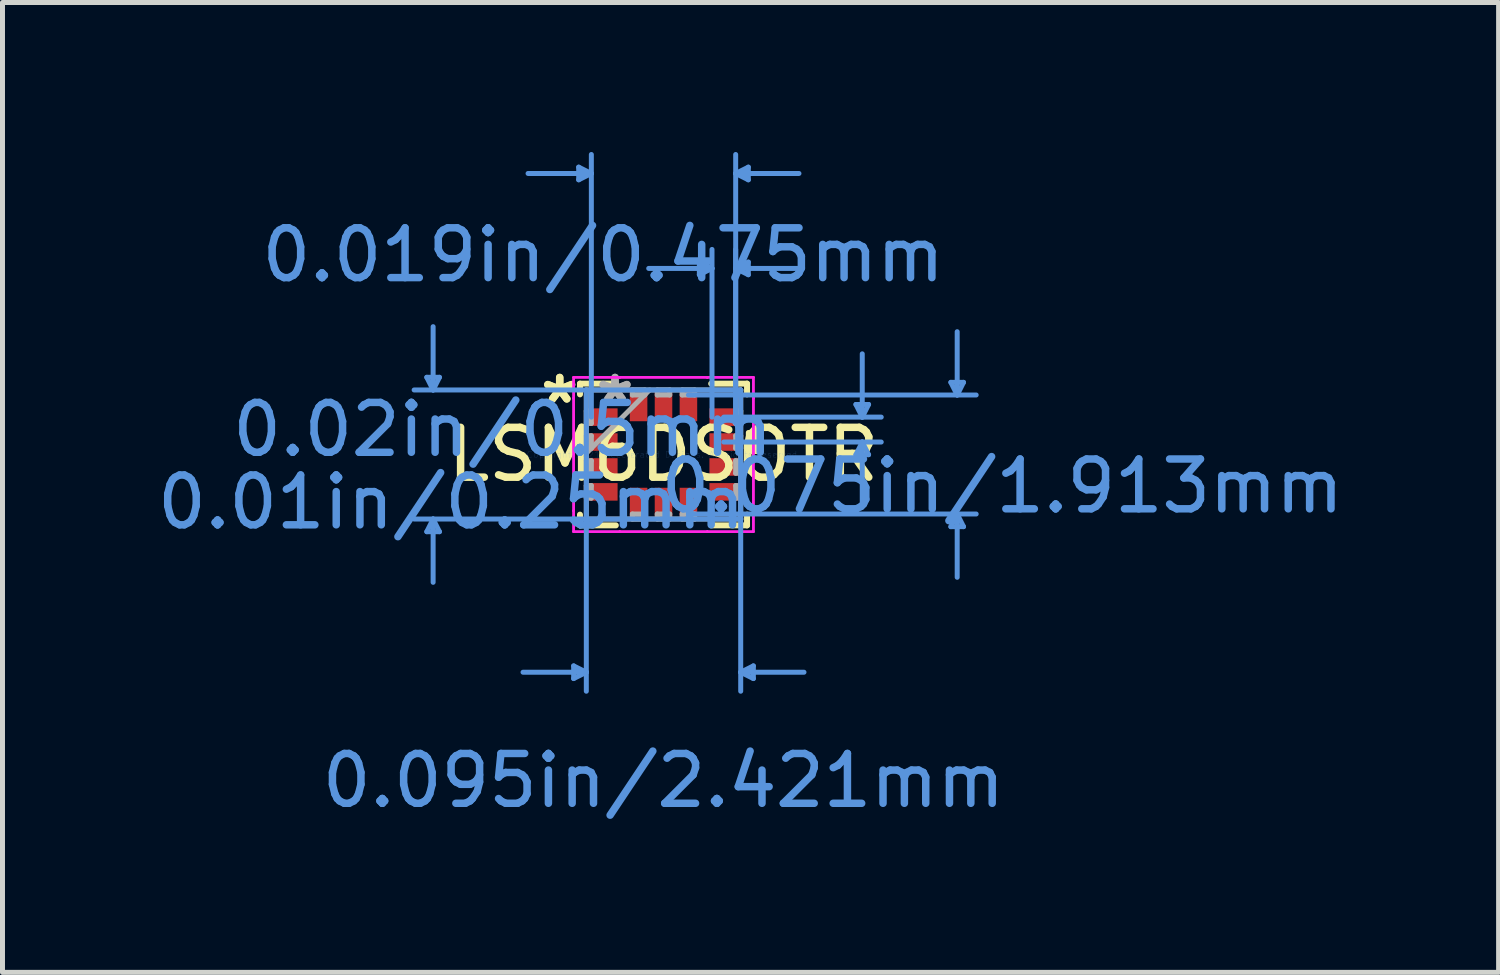
<source format=kicad_pcb>
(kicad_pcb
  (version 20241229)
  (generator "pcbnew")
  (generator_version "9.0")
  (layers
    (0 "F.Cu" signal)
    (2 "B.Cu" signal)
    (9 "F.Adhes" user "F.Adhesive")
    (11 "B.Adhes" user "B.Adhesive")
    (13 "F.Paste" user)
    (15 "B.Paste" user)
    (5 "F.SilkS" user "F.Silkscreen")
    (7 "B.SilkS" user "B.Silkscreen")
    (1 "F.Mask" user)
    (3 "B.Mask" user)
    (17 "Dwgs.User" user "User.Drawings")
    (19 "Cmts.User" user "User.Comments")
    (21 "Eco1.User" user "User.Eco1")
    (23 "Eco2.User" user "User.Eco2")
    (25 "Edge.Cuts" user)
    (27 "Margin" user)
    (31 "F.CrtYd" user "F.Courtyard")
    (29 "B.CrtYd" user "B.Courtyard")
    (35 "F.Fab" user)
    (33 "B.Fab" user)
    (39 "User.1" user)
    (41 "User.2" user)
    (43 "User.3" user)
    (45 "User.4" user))
  (footprint "LSM6DSOTR"
    (layer "F.Cu")
    (at 10.264 6.07)
    (property "Reference" "LSM6DSOTR" (at 0 0 0) (layer "F.SilkS") (effects (font (size 1 1) (thickness 0.15))))
    (attr through_hole)
    (fp_line (start -1.676 -1.422) (end -1.676 -1.207) (stroke (width 0.12) (type solid)) (layer "F.SilkS"))
    (fp_line (start -1.676 1.207) (end -1.676 1.422) (stroke (width 0.12) (type solid)) (layer "F.SilkS"))
    (fp_line (start -1.676 1.422) (end -0.957 1.422) (stroke (width 0.12) (type solid)) (layer "F.SilkS"))
    (fp_line (start -0.957 -1.422) (end -1.676 -1.422) (stroke (width 0.12) (type solid)) (layer "F.SilkS"))
    (fp_line (start 0.957 1.422) (end 1.676 1.422) (stroke (width 0.12) (type solid)) (layer "F.SilkS"))
    (fp_line (start 1.676 -1.422) (end 0.957 -1.422) (stroke (width 0.12) (type solid)) (layer "F.SilkS"))
    (fp_line (start 1.676 -1.207) (end 1.676 -1.422) (stroke (width 0.12) (type solid)) (layer "F.SilkS"))
    (fp_line (start 1.676 1.422) (end 1.676 1.207) (stroke (width 0.12) (type solid)) (layer "F.SilkS"))
    (fp_poly (pts (xy 1.956 -0.441) (xy 1.956 -0.059) (xy 1.702 -0.059) (xy 1.702 -0.441)) (stroke (width 0.1) (type solid)) (fill yes) (layer "F.SilkS"))
    (fp_line (start -4.75 -1.549) (end -4.496 -1.549) (stroke (width 0.1) (type solid)) (layer "Cmts.User"))
    (fp_line (start -4.75 1.549) (end -4.496 1.549) (stroke (width 0.1) (type solid)) (layer "Cmts.User"))
    (fp_line (start -4.623 -1.295) (end -4.75 -1.549) (stroke (width 0.1) (type solid)) (layer "Cmts.User"))
    (fp_line (start -4.623 -1.295) (end -4.623 -2.565) (stroke (width 0.1) (type solid)) (layer "Cmts.User"))
    (fp_line (start -4.623 -1.295) (end -4.496 -1.549) (stroke (width 0.1) (type solid)) (layer "Cmts.User"))
    (fp_line (start -4.623 1.295) (end -4.75 1.549) (stroke (width 0.1) (type solid)) (layer "Cmts.User"))
    (fp_line (start -4.623 1.295) (end -4.623 2.565) (stroke (width 0.1) (type solid)) (layer "Cmts.User"))
    (fp_line (start -4.623 1.295) (end -4.496 1.549) (stroke (width 0.1) (type solid)) (layer "Cmts.User"))
    (fp_line (start -1.803 4.242) (end -1.803 4.496) (stroke (width 0.1) (type solid)) (layer "Cmts.User"))
    (fp_line (start -1.702 -5.766) (end -1.702 -5.512) (stroke (width 0.1) (type solid)) (layer "Cmts.User"))
    (fp_line (start -1.549 -1.295) (end -1.549 4.75) (stroke (width 0.1) (type solid)) (layer "Cmts.User"))
    (fp_line (start -1.549 4.369) (end -2.819 4.369) (stroke (width 0.1) (type solid)) (layer "Cmts.User"))
    (fp_line (start -1.549 4.369) (end -1.803 4.242) (stroke (width 0.1) (type solid)) (layer "Cmts.User"))
    (fp_line (start -1.549 4.369) (end -1.803 4.496) (stroke (width 0.1) (type solid)) (layer "Cmts.User"))
    (fp_line (start -1.448 -5.639) (end -2.718 -5.639) (stroke (width 0.1) (type solid)) (layer "Cmts.User"))
    (fp_line (start -1.448 -5.639) (end -1.702 -5.766) (stroke (width 0.1) (type solid)) (layer "Cmts.User"))
    (fp_line (start -1.448 -5.639) (end -1.702 -5.512) (stroke (width 0.1) (type solid)) (layer "Cmts.User"))
    (fp_line (start -1.448 -0.75) (end -1.448 -6.02) (stroke (width 0.1) (type solid)) (layer "Cmts.User"))
    (fp_line (start 0.5 -1.194) (end 6.274 -1.194) (stroke (width 0.1) (type solid)) (layer "Cmts.User"))
    (fp_line (start 0.5 1.194) (end 6.274 1.194) (stroke (width 0.1) (type solid)) (layer "Cmts.User"))
    (fp_line (start 0.719 -3.861) (end 0.719 -3.607) (stroke (width 0.1) (type solid)) (layer "Cmts.User"))
    (fp_line (start 0.973 -3.734) (end -0.297 -3.734) (stroke (width 0.1) (type solid)) (layer "Cmts.User"))
    (fp_line (start 0.973 -3.734) (end 0.719 -3.861) (stroke (width 0.1) (type solid)) (layer "Cmts.User"))
    (fp_line (start 0.973 -3.734) (end 0.719 -3.607) (stroke (width 0.1) (type solid)) (layer "Cmts.User"))
    (fp_line (start 0.973 -0.75) (end 0.973 -4.115) (stroke (width 0.1) (type solid)) (layer "Cmts.User"))
    (fp_line (start 1.21 -0.75) (end 4.369 -0.75) (stroke (width 0.1) (type solid)) (layer "Cmts.User"))
    (fp_line (start 1.21 -0.25) (end 4.369 -0.25) (stroke (width 0.1) (type solid)) (layer "Cmts.User"))
    (fp_line (start 1.448 -5.639) (end 1.702 -5.766) (stroke (width 0.1) (type solid)) (layer "Cmts.User"))
    (fp_line (start 1.448 -5.639) (end 1.702 -5.512) (stroke (width 0.1) (type solid)) (layer "Cmts.User"))
    (fp_line (start 1.448 -5.639) (end 2.718 -5.639) (stroke (width 0.1) (type solid)) (layer "Cmts.User"))
    (fp_line (start 1.448 -3.734) (end 1.702 -3.861) (stroke (width 0.1) (type solid)) (layer "Cmts.User"))
    (fp_line (start 1.448 -3.734) (end 1.702 -3.607) (stroke (width 0.1) (type solid)) (layer "Cmts.User"))
    (fp_line (start 1.448 -3.734) (end 2.718 -3.734) (stroke (width 0.1) (type solid)) (layer "Cmts.User"))
    (fp_line (start 1.448 -0.75) (end 1.448 -6.02) (stroke (width 0.1) (type solid)) (layer "Cmts.User"))
    (fp_line (start 1.448 -0.75) (end 1.448 -4.115) (stroke (width 0.1) (type solid)) (layer "Cmts.User"))
    (fp_line (start 1.549 -1.295) (end -5.004 -1.295) (stroke (width 0.1) (type solid)) (layer "Cmts.User"))
    (fp_line (start 1.549 -1.295) (end 1.549 4.75) (stroke (width 0.1) (type solid)) (layer "Cmts.User"))
    (fp_line (start 1.549 1.295) (end -5.004 1.295) (stroke (width 0.1) (type solid)) (layer "Cmts.User"))
    (fp_line (start 1.549 4.369) (end 1.803 4.242) (stroke (width 0.1) (type solid)) (layer "Cmts.User"))
    (fp_line (start 1.549 4.369) (end 1.803 4.496) (stroke (width 0.1) (type solid)) (layer "Cmts.User"))
    (fp_line (start 1.549 4.369) (end 2.819 4.369) (stroke (width 0.1) (type solid)) (layer "Cmts.User"))
    (fp_line (start 1.702 -5.766) (end 1.702 -5.512) (stroke (width 0.1) (type solid)) (layer "Cmts.User"))
    (fp_line (start 1.702 -3.861) (end 1.702 -3.607) (stroke (width 0.1) (type solid)) (layer "Cmts.User"))
    (fp_line (start 1.803 4.242) (end 1.803 4.496) (stroke (width 0.1) (type solid)) (layer "Cmts.User"))
    (fp_line (start 3.861 -1.004) (end 4.115 -1.004) (stroke (width 0.1) (type solid)) (layer "Cmts.User"))
    (fp_line (start 3.861 0.004) (end 4.115 0.004) (stroke (width 0.1) (type solid)) (layer "Cmts.User"))
    (fp_line (start 3.988 -0.75) (end 3.861 -1.004) (stroke (width 0.1) (type solid)) (layer "Cmts.User"))
    (fp_line (start 3.988 -0.75) (end 3.988 -2.02) (stroke (width 0.1) (type solid)) (layer "Cmts.User"))
    (fp_line (start 3.988 -0.75) (end 4.115 -1.004) (stroke (width 0.1) (type solid)) (layer "Cmts.User"))
    (fp_line (start 3.988 -0.25) (end 3.861 0.004) (stroke (width 0.1) (type solid)) (layer "Cmts.User"))
    (fp_line (start 3.988 -0.25) (end 3.988 1.02) (stroke (width 0.1) (type solid)) (layer "Cmts.User"))
    (fp_line (start 3.988 -0.25) (end 4.115 0.004) (stroke (width 0.1) (type solid)) (layer "Cmts.User"))
    (fp_line (start 5.766 -1.448) (end 6.02 -1.448) (stroke (width 0.1) (type solid)) (layer "Cmts.User"))
    (fp_line (start 5.766 1.448) (end 6.02 1.448) (stroke (width 0.1) (type solid)) (layer "Cmts.User"))
    (fp_line (start 5.893 -1.194) (end 5.766 -1.448) (stroke (width 0.1) (type solid)) (layer "Cmts.User"))
    (fp_line (start 5.893 -1.194) (end 5.893 -2.464) (stroke (width 0.1) (type solid)) (layer "Cmts.User"))
    (fp_line (start 5.893 -1.194) (end 6.02 -1.448) (stroke (width 0.1) (type solid)) (layer "Cmts.User"))
    (fp_line (start 5.893 1.194) (end 5.766 1.448) (stroke (width 0.1) (type solid)) (layer "Cmts.User"))
    (fp_line (start 5.893 1.194) (end 5.893 2.464) (stroke (width 0.1) (type solid)) (layer "Cmts.User"))
    (fp_line (start 5.893 1.194) (end 6.02 1.448) (stroke (width 0.1) (type solid)) (layer "Cmts.User"))
    (fp_line (start -1.803 -1.549) (end -0.879 -1.549) (stroke (width 0.05) (type solid)) (layer "F.CrtYd"))
    (fp_line (start -1.803 -1.549) (end -0.879 -1.549) (stroke (width 0.05) (type solid)) (layer "F.CrtYd"))
    (fp_line (start -1.803 -1.129) (end -1.803 -1.549) (stroke (width 0.05) (type solid)) (layer "F.CrtYd"))
    (fp_line (start -1.803 -1.129) (end -1.803 -1.549) (stroke (width 0.05) (type solid)) (layer "F.CrtYd"))
    (fp_line (start -1.803 -1.129) (end -1.803 -1.129) (stroke (width 0.05) (type solid)) (layer "F.CrtYd"))
    (fp_line (start -1.803 -1.129) (end -1.803 -1.129) (stroke (width 0.05) (type solid)) (layer "F.CrtYd"))
    (fp_line (start -1.803 1.129) (end -1.803 -1.129) (stroke (width 0.05) (type solid)) (layer "F.CrtYd"))
    (fp_line (start -1.803 1.129) (end -1.803 -1.129) (stroke (width 0.05) (type solid)) (layer "F.CrtYd"))
    (fp_line (start -1.803 1.129) (end -1.803 1.129) (stroke (width 0.05) (type solid)) (layer "F.CrtYd"))
    (fp_line (start -1.803 1.129) (end -1.803 1.129) (stroke (width 0.05) (type solid)) (layer "F.CrtYd"))
    (fp_line (start -1.803 1.549) (end -1.803 1.129) (stroke (width 0.05) (type solid)) (layer "F.CrtYd"))
    (fp_line (start -1.803 1.549) (end -1.803 1.129) (stroke (width 0.05) (type solid)) (layer "F.CrtYd"))
    (fp_line (start -0.879 -1.549) (end -0.879 -1.549) (stroke (width 0.05) (type solid)) (layer "F.CrtYd"))
    (fp_line (start -0.879 -1.549) (end -0.879 -1.549) (stroke (width 0.05) (type solid)) (layer "F.CrtYd"))
    (fp_line (start -0.879 -1.549) (end 0.879 -1.549) (stroke (width 0.05) (type solid)) (layer "F.CrtYd"))
    (fp_line (start -0.879 -1.549) (end 0.879 -1.549) (stroke (width 0.05) (type solid)) (layer "F.CrtYd"))
    (fp_line (start -0.879 1.549) (end -1.803 1.549) (stroke (width 0.05) (type solid)) (layer "F.CrtYd"))
    (fp_line (start -0.879 1.549) (end -1.803 1.549) (stroke (width 0.05) (type solid)) (layer "F.CrtYd"))
    (fp_line (start -0.879 1.549) (end -0.879 1.549) (stroke (width 0.05) (type solid)) (layer "F.CrtYd"))
    (fp_line (start -0.879 1.549) (end -0.879 1.549) (stroke (width 0.05) (type solid)) (layer "F.CrtYd"))
    (fp_line (start 0.879 -1.549) (end 0.879 -1.549) (stroke (width 0.05) (type solid)) (layer "F.CrtYd"))
    (fp_line (start 0.879 -1.549) (end 0.879 -1.549) (stroke (width 0.05) (type solid)) (layer "F.CrtYd"))
    (fp_line (start 0.879 -1.549) (end 1.803 -1.549) (stroke (width 0.05) (type solid)) (layer "F.CrtYd"))
    (fp_line (start 0.879 -1.549) (end 1.803 -1.549) (stroke (width 0.05) (type solid)) (layer "F.CrtYd"))
    (fp_line (start 0.879 1.549) (end -0.879 1.549) (stroke (width 0.05) (type solid)) (layer "F.CrtYd"))
    (fp_line (start 0.879 1.549) (end -0.879 1.549) (stroke (width 0.05) (type solid)) (layer "F.CrtYd"))
    (fp_line (start 0.879 1.549) (end 0.879 1.549) (stroke (width 0.05) (type solid)) (layer "F.CrtYd"))
    (fp_line (start 0.879 1.549) (end 0.879 1.549) (stroke (width 0.05) (type solid)) (layer "F.CrtYd"))
    (fp_line (start 1.803 -1.549) (end 1.803 -1.129) (stroke (width 0.05) (type solid)) (layer "F.CrtYd"))
    (fp_line (start 1.803 -1.549) (end 1.803 -1.129) (stroke (width 0.05) (type solid)) (layer "F.CrtYd"))
    (fp_line (start 1.803 -1.129) (end 1.803 -1.129) (stroke (width 0.05) (type solid)) (layer "F.CrtYd"))
    (fp_line (start 1.803 -1.129) (end 1.803 -1.129) (stroke (width 0.05) (type solid)) (layer "F.CrtYd"))
    (fp_line (start 1.803 -1.129) (end 1.803 1.129) (stroke (width 0.05) (type solid)) (layer "F.CrtYd"))
    (fp_line (start 1.803 -1.129) (end 1.803 1.129) (stroke (width 0.05) (type solid)) (layer "F.CrtYd"))
    (fp_line (start 1.803 1.129) (end 1.803 1.129) (stroke (width 0.05) (type solid)) (layer "F.CrtYd"))
    (fp_line (start 1.803 1.129) (end 1.803 1.129) (stroke (width 0.05) (type solid)) (layer "F.CrtYd"))
    (fp_line (start 1.803 1.129) (end 1.803 1.549) (stroke (width 0.05) (type solid)) (layer "F.CrtYd"))
    (fp_line (start 1.803 1.129) (end 1.803 1.549) (stroke (width 0.05) (type solid)) (layer "F.CrtYd"))
    (fp_line (start 1.803 1.549) (end 0.879 1.549) (stroke (width 0.05) (type solid)) (layer "F.CrtYd"))
    (fp_line (start 1.803 1.549) (end 0.879 1.549) (stroke (width 0.05) (type solid)) (layer "F.CrtYd"))
    (fp_line (start -1.549 -1.295) (end -1.549 -1.295) (stroke (width 0.1) (type solid)) (layer "F.Fab"))
    (fp_line (start -1.549 -1.295) (end -1.549 1.295) (stroke (width 0.1) (type solid)) (layer "F.Fab"))
    (fp_line (start -1.549 -0.875) (end -1.448 -0.875) (stroke (width 0.1) (type solid)) (layer "F.Fab"))
    (fp_line (start -1.549 -0.625) (end -1.549 -0.875) (stroke (width 0.1) (type solid)) (layer "F.Fab"))
    (fp_line (start -1.549 -0.375) (end -1.448 -0.375) (stroke (width 0.1) (type solid)) (layer "F.Fab"))
    (fp_line (start -1.549 -0.125) (end -1.549 -0.375) (stroke (width 0.1) (type solid)) (layer "F.Fab"))
    (fp_line (start -1.549 -0.025) (end -0.279 -1.295) (stroke (width 0.1) (type solid)) (layer "F.Fab"))
    (fp_line (start -1.549 0.125) (end -1.448 0.125) (stroke (width 0.1) (type solid)) (layer "F.Fab"))
    (fp_line (start -1.549 0.375) (end -1.549 0.125) (stroke (width 0.1) (type solid)) (layer "F.Fab"))
    (fp_line (start -1.549 0.625) (end -1.448 0.625) (stroke (width 0.1) (type solid)) (layer "F.Fab"))
    (fp_line (start -1.549 0.875) (end -1.549 0.625) (stroke (width 0.1) (type solid)) (layer "F.Fab"))
    (fp_line (start -1.549 1.295) (end -1.549 1.295) (stroke (width 0.1) (type solid)) (layer "F.Fab"))
    (fp_line (start -1.549 1.295) (end 1.549 1.295) (stroke (width 0.1) (type solid)) (layer "F.Fab"))
    (fp_line (start -1.448 -0.875) (end -1.448 -0.625) (stroke (width 0.1) (type solid)) (layer "F.Fab"))
    (fp_line (start -1.448 -0.625) (end -1.549 -0.625) (stroke (width 0.1) (type solid)) (layer "F.Fab"))
    (fp_line (start -1.448 -0.375) (end -1.448 -0.125) (stroke (width 0.1) (type solid)) (layer "F.Fab"))
    (fp_line (start -1.448 -0.125) (end -1.549 -0.125) (stroke (width 0.1) (type solid)) (layer "F.Fab"))
    (fp_line (start -1.448 0.125) (end -1.448 0.375) (stroke (width 0.1) (type solid)) (layer "F.Fab"))
    (fp_line (start -1.448 0.375) (end -1.549 0.375) (stroke (width 0.1) (type solid)) (layer "F.Fab"))
    (fp_line (start -1.448 0.625) (end -1.448 0.875) (stroke (width 0.1) (type solid)) (layer "F.Fab"))
    (fp_line (start -1.448 0.875) (end -1.549 0.875) (stroke (width 0.1) (type solid)) (layer "F.Fab"))
    (fp_line (start -0.625 -1.295) (end -0.375 -1.295) (stroke (width 0.1) (type solid)) (layer "F.Fab"))
    (fp_line (start -0.625 -1.194) (end -0.625 -1.295) (stroke (width 0.1) (type solid)) (layer "F.Fab"))
    (fp_line (start -0.625 1.194) (end -0.375 1.194) (stroke (width 0.1) (type solid)) (layer "F.Fab"))
    (fp_line (start -0.625 1.295) (end -0.625 1.194) (stroke (width 0.1) (type solid)) (layer "F.Fab"))
    (fp_line (start -0.375 -1.295) (end -0.375 -1.194) (stroke (width 0.1) (type solid)) (layer "F.Fab"))
    (fp_line (start -0.375 -1.194) (end -0.625 -1.194) (stroke (width 0.1) (type solid)) (layer "F.Fab"))
    (fp_line (start -0.375 1.194) (end -0.375 1.295) (stroke (width 0.1) (type solid)) (layer "F.Fab"))
    (fp_line (start -0.375 1.295) (end -0.625 1.295) (stroke (width 0.1) (type solid)) (layer "F.Fab"))
    (fp_line (start -0.125 -1.295) (end 0.125 -1.295) (stroke (width 0.1) (type solid)) (layer "F.Fab"))
    (fp_line (start -0.125 -1.194) (end -0.125 -1.295) (stroke (width 0.1) (type solid)) (layer "F.Fab"))
    (fp_line (start -0.125 1.194) (end 0.125 1.194) (stroke (width 0.1) (type solid)) (layer "F.Fab"))
    (fp_line (start -0.125 1.295) (end -0.125 1.194) (stroke (width 0.1) (type solid)) (layer "F.Fab"))
    (fp_line (start 0.125 -1.295) (end 0.125 -1.194) (stroke (width 0.1) (type solid)) (layer "F.Fab"))
    (fp_line (start 0.125 -1.194) (end -0.125 -1.194) (stroke (width 0.1) (type solid)) (layer "F.Fab"))
    (fp_line (start 0.125 1.194) (end 0.125 1.295) (stroke (width 0.1) (type solid)) (layer "F.Fab"))
    (fp_line (start 0.125 1.295) (end -0.125 1.295) (stroke (width 0.1) (type solid)) (layer "F.Fab"))
    (fp_line (start 0.375 -1.295) (end 0.625 -1.295) (stroke (width 0.1) (type solid)) (layer "F.Fab"))
    (fp_line (start 0.375 -1.194) (end 0.375 -1.295) (stroke (width 0.1) (type solid)) (layer "F.Fab"))
    (fp_line (start 0.375 1.194) (end 0.625 1.194) (stroke (width 0.1) (type solid)) (layer "F.Fab"))
    (fp_line (start 0.375 1.295) (end 0.375 1.194) (stroke (width 0.1) (type solid)) (layer "F.Fab"))
    (fp_line (start 0.625 -1.295) (end 0.625 -1.194) (stroke (width 0.1) (type solid)) (layer "F.Fab"))
    (fp_line (start 0.625 -1.194) (end 0.375 -1.194) (stroke (width 0.1) (type solid)) (layer "F.Fab"))
    (fp_line (start 0.625 1.194) (end 0.625 1.295) (stroke (width 0.1) (type solid)) (layer "F.Fab"))
    (fp_line (start 0.625 1.295) (end 0.375 1.295) (stroke (width 0.1) (type solid)) (layer "F.Fab"))
    (fp_line (start 1.448 -0.875) (end 1.549 -0.875) (stroke (width 0.1) (type solid)) (layer "F.Fab"))
    (fp_line (start 1.448 -0.625) (end 1.448 -0.875) (stroke (width 0.1) (type solid)) (layer "F.Fab"))
    (fp_line (start 1.448 -0.375) (end 1.549 -0.375) (stroke (width 0.1) (type solid)) (layer "F.Fab"))
    (fp_line (start 1.448 -0.125) (end 1.448 -0.375) (stroke (width 0.1) (type solid)) (layer "F.Fab"))
    (fp_line (start 1.448 0.125) (end 1.549 0.125) (stroke (width 0.1) (type solid)) (layer "F.Fab"))
    (fp_line (start 1.448 0.375) (end 1.448 0.125) (stroke (width 0.1) (type solid)) (layer "F.Fab"))
    (fp_line (start 1.448 0.625) (end 1.549 0.625) (stroke (width 0.1) (type solid)) (layer "F.Fab"))
    (fp_line (start 1.448 0.875) (end 1.448 0.625) (stroke (width 0.1) (type solid)) (layer "F.Fab"))
    (fp_line (start 1.549 -1.295) (end -1.549 -1.295) (stroke (width 0.1) (type solid)) (layer "F.Fab"))
    (fp_line (start 1.549 -1.295) (end 1.549 -1.295) (stroke (width 0.1) (type solid)) (layer "F.Fab"))
    (fp_line (start 1.549 -0.875) (end 1.549 -0.625) (stroke (width 0.1) (type solid)) (layer "F.Fab"))
    (fp_line (start 1.549 -0.625) (end 1.448 -0.625) (stroke (width 0.1) (type solid)) (layer "F.Fab"))
    (fp_line (start 1.549 -0.375) (end 1.549 -0.125) (stroke (width 0.1) (type solid)) (layer "F.Fab"))
    (fp_line (start 1.549 -0.125) (end 1.448 -0.125) (stroke (width 0.1) (type solid)) (layer "F.Fab"))
    (fp_line (start 1.549 0.125) (end 1.549 0.375) (stroke (width 0.1) (type solid)) (layer "F.Fab"))
    (fp_line (start 1.549 0.375) (end 1.448 0.375) (stroke (width 0.1) (type solid)) (layer "F.Fab"))
    (fp_line (start 1.549 0.625) (end 1.549 0.875) (stroke (width 0.1) (type solid)) (layer "F.Fab"))
    (fp_line (start 1.549 0.875) (end 1.448 0.875) (stroke (width 0.1) (type solid)) (layer "F.Fab"))
    (fp_line (start 1.549 1.295) (end 1.549 -1.295) (stroke (width 0.1) (type solid)) (layer "F.Fab"))
    (fp_line (start 1.549 1.295) (end 1.549 1.295) (stroke (width 0.1) (type solid)) (layer "F.Fab"))
    (fp_text user "*" (at -2.083 -1 0) (layer "F.SilkS") (effects (font (size 1 1) (thickness 0.15))))
    (fp_text user "*" (at -2.083 -1 0) (layer "F.SilkS") (effects (font (size 1 1) (thickness 0.15))))
    (fp_text user "0.075in/1.913mm" (at 6.798 0.635 0) (layer "Cmts.User") (effects (font (size 1 1) (thickness 0.15))))
    (fp_text user "0.019in/0.475mm" (at -1.21 -4.004 0) (layer "Cmts.User") (effects (font (size 1 1) (thickness 0.15))))
    (fp_text user "Copyright 2021 Accelerated Designs. All rights reserved." (at 0 0 0) (layer "Cmts.User") (effects (font (size 0.127 0.127) (thickness 0.002))))
    (fp_text user "0.01in/0.25mm" (at -4.258 0.956 0) (layer "Cmts.User") (effects (font (size 1 1) (thickness 0.15))))
    (fp_text user "0.02in/0.5mm" (at -3.226 -0.5 0) (layer "Cmts.User") (effects (font (size 1 1) (thickness 0.15))))
    (fp_text user "0.095in/2.421mm" (at 0 6.544 0) (layer "Cmts.User") (effects (font (size 1 1) (thickness 0.15))))
    (fp_text user "*" (at -0.973 -1 0) (layer "F.Fab") (effects (font (size 1 1) (thickness 0.15))))
    (fp_text user "*" (at -0.973 -1 0) (layer "F.Fab") (effects (font (size 1 1) (thickness 0.15))))
    (pad "1" smd rect (at -1.21 -0.75 90) (size 0.352 0.577) (layers "F.Cu" "F.Mask" "F.Paste"))
    (pad "2" smd rect (at -1.21 -0.25 90) (size 0.352 0.577) (layers "F.Cu" "F.Mask" "F.Paste"))
    (pad "3" smd rect (at -1.21 0.25 90) (size 0.352 0.577) (layers "F.Cu" "F.Mask" "F.Paste"))
    (pad "4" smd rect (at -1.21 0.75 90) (size 0.352 0.577) (layers "F.Cu" "F.Mask" "F.Paste"))
    (pad "5" smd rect (at -0.5 0.956) (size 0.352 0.577) (layers "F.Cu" "F.Mask" "F.Paste"))
    (pad "6" smd rect (at 0 0.956) (size 0.352 0.577) (layers "F.Cu" "F.Mask" "F.Paste"))
    (pad "7" smd rect (at 0.5 0.956) (size 0.352 0.577) (layers "F.Cu" "F.Mask" "F.Paste"))
    (pad "8" smd rect (at 1.21 0.75 90) (size 0.352 0.577) (layers "F.Cu" "F.Mask" "F.Paste"))
    (pad "9" smd rect (at 1.21 0.25 90) (size 0.352 0.577) (layers "F.Cu" "F.Mask" "F.Paste"))
    (pad "10" smd rect (at 1.21 -0.25 90) (size 0.352 0.577) (layers "F.Cu" "F.Mask" "F.Paste"))
    (pad "11" smd rect (at 1.21 -0.75 90) (size 0.352 0.577) (layers "F.Cu" "F.Mask" "F.Paste"))
    (pad "12" smd rect (at 0.5 -0.956) (size 0.352 0.577) (layers "F.Cu" "F.Mask" "F.Paste"))
    (pad "13" smd rect (at 0 -0.956) (size 0.352 0.577) (layers "F.Cu" "F.Mask" "F.Paste"))
    (pad "14" smd rect (at -0.5 -0.956) (size 0.352 0.577) (layers "F.Cu" "F.Mask" "F.Paste")))
  (gr_rect
    (start -3 -3)
    (end 27.021 16.462)
    (stroke (width 0.1) (type default))
    (fill no)
    (layer "Edge.Cuts")))
</source>
